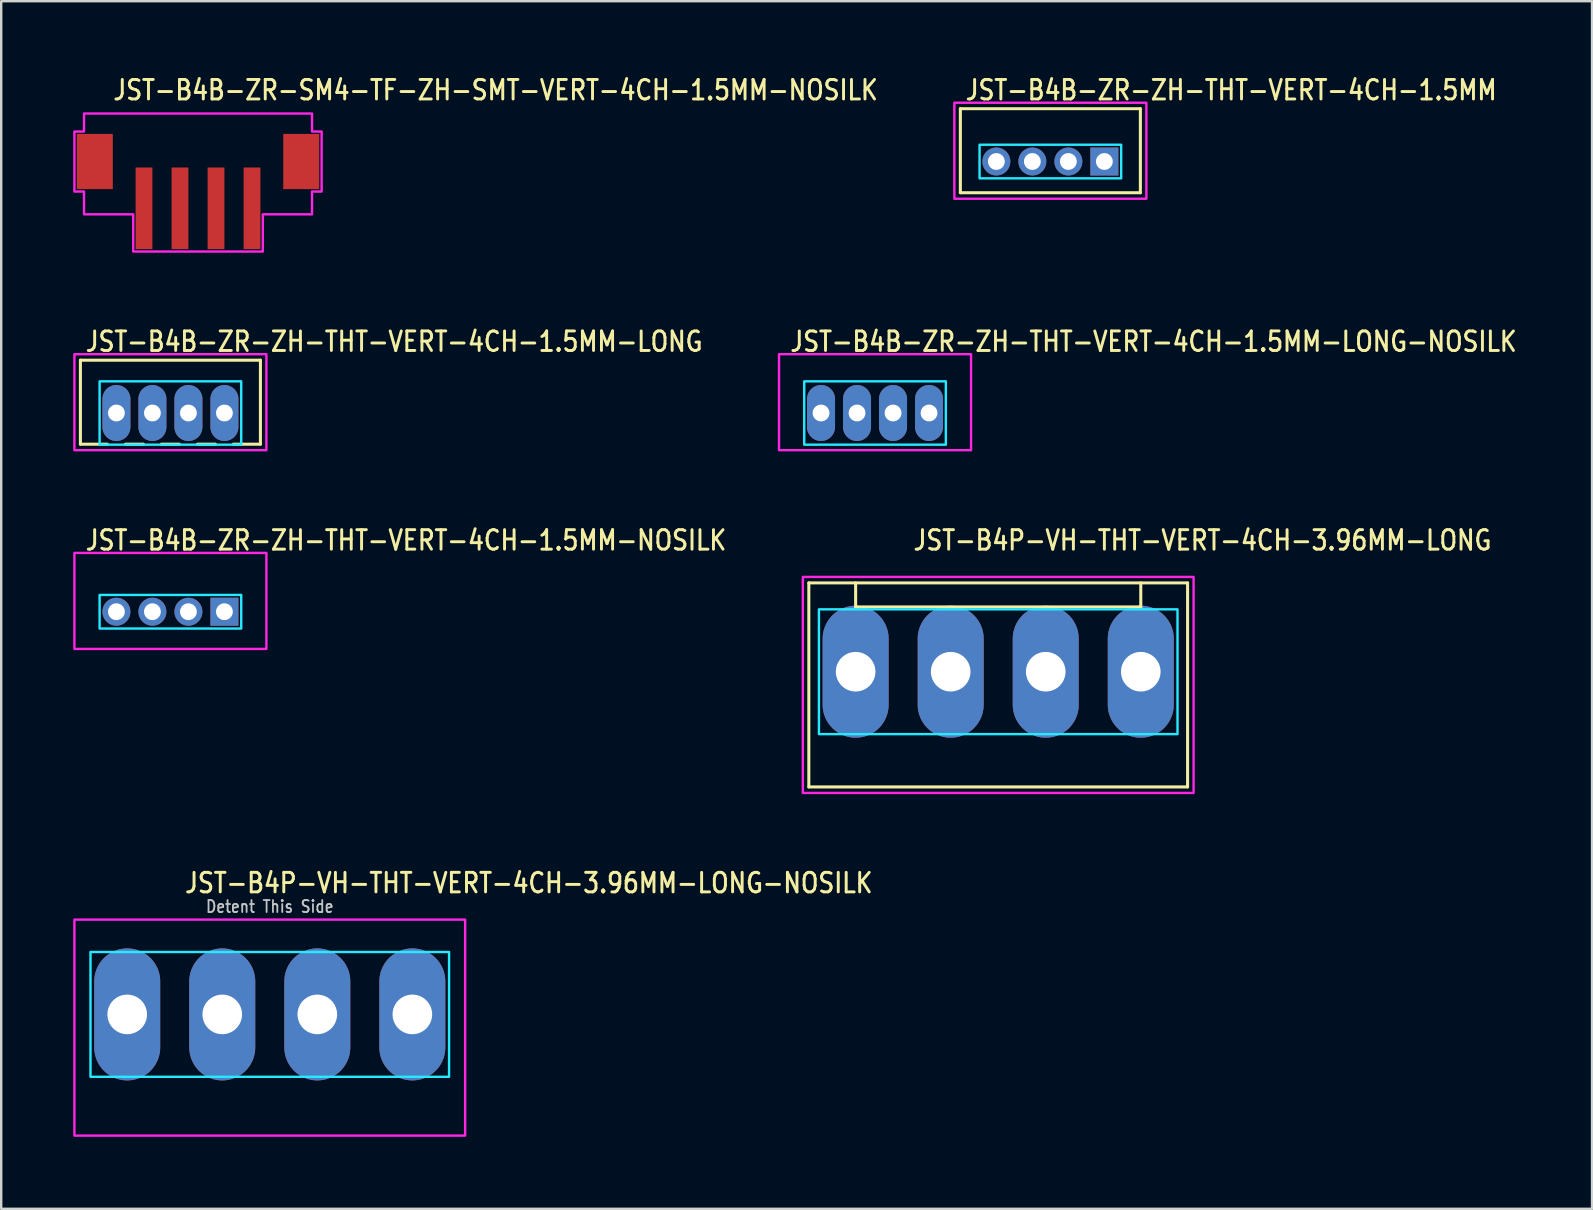
<source format=kicad_pcb>
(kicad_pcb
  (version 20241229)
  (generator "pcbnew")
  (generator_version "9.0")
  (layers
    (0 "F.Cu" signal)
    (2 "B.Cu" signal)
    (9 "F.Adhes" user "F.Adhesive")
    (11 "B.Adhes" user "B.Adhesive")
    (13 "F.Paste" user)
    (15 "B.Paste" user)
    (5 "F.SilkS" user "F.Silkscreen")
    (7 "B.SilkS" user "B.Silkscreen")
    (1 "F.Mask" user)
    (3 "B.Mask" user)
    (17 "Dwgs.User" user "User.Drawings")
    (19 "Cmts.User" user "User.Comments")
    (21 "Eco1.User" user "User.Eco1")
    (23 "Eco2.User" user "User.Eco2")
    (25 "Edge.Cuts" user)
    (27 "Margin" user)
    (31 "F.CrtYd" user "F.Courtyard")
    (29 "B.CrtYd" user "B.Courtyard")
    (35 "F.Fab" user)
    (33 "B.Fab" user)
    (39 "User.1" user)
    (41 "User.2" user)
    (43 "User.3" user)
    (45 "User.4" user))
  (footprint "JST-B4B-ZR-ZH-THT-VERT-4CH-1.5MM-LONG"
    (layer "F.Cu")
    (at 4.05 14.157)
    (property "Reference" "JST-B4B-ZR-ZH-THT-VERT-4CH-1.5MM-LONG" (at -3.6 -2.5 0) (unlocked yes) (layer "F.SilkS") (effects (font (size 0.813 0.695) (thickness 0.122)) (justify left bottom)))
    (fp_line (start -3.75 -2.2) (end 3.75 -2.2) (stroke (width 0.127) (type solid)) (layer "F.SilkS"))
    (fp_line (start -3.75 1.3) (end -3.75 -2.2) (stroke (width 0.127) (type solid)) (layer "F.SilkS"))
    (fp_line (start -3.75 1.3) (end -2.625 1.3) (stroke (width 0.127) (type solid)) (layer "F.SilkS"))
    (fp_line (start -1.875 1.3) (end -1.125 1.3) (stroke (width 0.127) (type solid)) (layer "F.SilkS"))
    (fp_line (start -0.375 1.3) (end 0.375 1.3) (stroke (width 0.127) (type solid)) (layer "F.SilkS"))
    (fp_line (start 1.125 1.3) (end 1.875 1.3) (stroke (width 0.127) (type solid)) (layer "F.SilkS"))
    (fp_line (start 2.625 1.3) (end 3.75 1.3) (stroke (width 0.127) (type solid)) (layer "F.SilkS"))
    (fp_line (start 3.75 -2.2) (end 3.75 1.3) (stroke (width 0.127) (type solid)) (layer "F.SilkS"))
    (fp_poly (pts (xy -2.95 -1.32) (xy -2.95 1.32) (xy 2.95 1.32) (xy 2.95 -1.32)) (stroke (width 0.1) (type solid)) (fill no) (layer "B.CrtYd"))
    (fp_poly (pts (xy -4 -2.45) (xy -4 1.55) (xy 4 1.55) (xy 4 -2.45)) (stroke (width 0.1) (type solid)) (fill no) (layer "F.CrtYd"))
    (pad "1" thru_hole oval (at 2.25 0 90) (size 2.333 1.167) (drill 0.7) (layers "*.Cu" "*.Mask"))
    (pad "2" thru_hole oval (at 0.75 0 90) (size 2.333 1.167) (drill 0.7) (layers "*.Cu" "*.Mask"))
    (pad "3" thru_hole oval (at -0.75 0 90) (size 2.333 1.167) (drill 0.7) (layers "*.Cu" "*.Mask"))
    (pad "4" thru_hole oval (at -2.25 0 90) (size 2.333 1.167) (drill 0.7) (layers "*.Cu" "*.Mask")))
  (footprint "JST-B4P-VH-THT-VERT-4CH-3.96MM-LONG"
    (layer "F.Cu")
    (at 38.539 24.936)
    (property "Reference" "JST-B4P-VH-THT-VERT-4CH-3.96MM-LONG" (at -3.6 -5 0) (unlocked yes) (layer "F.SilkS") (effects (font (size 0.813 0.695) (thickness 0.122)) (justify left bottom)))
    (fp_line (start -7.89 -3.7) (end 7.89 -3.7) (stroke (width 0.127) (type solid)) (layer "F.SilkS"))
    (fp_line (start -7.89 4.8) (end -7.89 -3.7) (stroke (width 0.127) (type solid)) (layer "F.SilkS"))
    (fp_line (start -7.89 4.8) (end 7.89 4.8) (stroke (width 0.127) (type solid)) (layer "F.SilkS"))
    (fp_line (start -5.94 -3.7) (end -5.94 -2.7) (stroke (width 0.127) (type solid)) (layer "F.SilkS"))
    (fp_line (start -5.94 -2.7) (end 5.94 -2.7) (stroke (width 0.127) (type solid)) (layer "F.SilkS"))
    (fp_line (start 5.94 -3.7) (end 5.94 -2.7) (stroke (width 0.127) (type solid)) (layer "F.SilkS"))
    (fp_line (start 7.89 -3.7) (end 7.89 4.8) (stroke (width 0.127) (type solid)) (layer "F.SilkS"))
    (fp_poly (pts (xy -7.47 -2.6) (xy -7.47 2.6) (xy 7.47 2.6) (xy 7.47 -2.6)) (stroke (width 0.1) (type solid)) (fill no) (layer "B.CrtYd"))
    (fp_poly (pts (xy -8.14 -3.95) (xy -8.14 5.05) (xy 8.14 5.05) (xy 8.14 -3.95)) (stroke (width 0.1) (type solid)) (fill no) (layer "F.CrtYd"))
    (pad "1" thru_hole oval (at -5.94 0 90) (size 5.5 2.75) (drill 1.65) (layers "*.Cu" "*.Mask"))
    (pad "2" thru_hole oval (at -1.98 0 90) (size 5.5 2.75) (drill 1.65) (layers "*.Cu" "*.Mask"))
    (pad "3" thru_hole oval (at 1.98 0 90) (size 5.5 2.75) (drill 1.65) (layers "*.Cu" "*.Mask"))
    (pad "4" thru_hole oval (at 5.94 0 90) (size 5.5 2.75) (drill 1.65) (layers "*.Cu" "*.Mask")))
  (footprint "JST-B4P-VH-THT-VERT-4CH-3.96MM-LONG-NOSILK"
    (layer "F.Cu")
    (at 8.19 39.214)
    (property "Reference" "JST-B4P-VH-THT-VERT-4CH-3.96MM-LONG-NOSILK" (at -3.6 -5 0) (unlocked yes) (layer "F.SilkS") (effects (font (size 0.813 0.695) (thickness 0.122)) (justify left bottom)))
    (fp_poly (pts (xy -7.47 -2.6) (xy -7.47 2.6) (xy 7.47 2.6) (xy 7.47 -2.6)) (stroke (width 0.1) (type solid)) (fill no) (layer "B.CrtYd"))
    (fp_poly (pts (xy -8.14 -3.95) (xy -8.14 5.05) (xy 8.14 5.05) (xy 8.14 -3.95)) (stroke (width 0.1) (type solid)) (fill no) (layer "F.CrtYd"))
    (fp_text user "Detent This Side" (at 0 -4.2 0) (unlocked yes) (layer "Dwgs.User") (effects (font (size 0.5 0.427) (thickness 0.075)) (justify bottom)))
    (pad "1" thru_hole oval (at -5.94 0 90) (size 5.5 2.75) (drill 1.65) (layers "*.Cu" "*.Mask"))
    (pad "2" thru_hole oval (at -1.98 0 90) (size 5.5 2.75) (drill 1.65) (layers "*.Cu" "*.Mask"))
    (pad "3" thru_hole oval (at 1.98 0 90) (size 5.5 2.75) (drill 1.65) (layers "*.Cu" "*.Mask"))
    (pad "4" thru_hole oval (at 5.94 0 90) (size 5.5 2.75) (drill 1.65) (layers "*.Cu" "*.Mask")))
  (footprint "JST-B4B-ZR-ZH-THT-VERT-4CH-1.5MM"
    (layer "F.Cu")
    (at 40.712 3.679)
    (property "Reference" "JST-B4B-ZR-ZH-THT-VERT-4CH-1.5MM" (at -3.6 -2.5 0) (unlocked yes) (layer "F.SilkS") (effects (font (size 0.813 0.695) (thickness 0.122)) (justify left bottom)))
    (fp_line (start -3.75 -2.2) (end 3.75 -2.2) (stroke (width 0.127) (type solid)) (layer "F.SilkS"))
    (fp_line (start -3.75 1.3) (end -3.75 -2.2) (stroke (width 0.127) (type solid)) (layer "F.SilkS"))
    (fp_line (start -3.75 1.3) (end 3.75 1.3) (stroke (width 0.127) (type solid)) (layer "F.SilkS"))
    (fp_line (start 3.75 -2.2) (end 3.75 1.3) (stroke (width 0.127) (type solid)) (layer "F.SilkS"))
    (fp_poly (pts (xy -2.95 -0.7) (xy -2.95 0.7) (xy 2.95 0.7) (xy 2.95 -0.7)) (stroke (width 0.1) (type solid)) (fill no) (layer "B.CrtYd"))
    (fp_poly (pts (xy -4 -2.45) (xy -4 1.55) (xy 4 1.55) (xy 4 -2.45)) (stroke (width 0.1) (type solid)) (fill no) (layer "F.CrtYd"))
    (pad "1" thru_hole rect (at 2.25 0) (size 1.167 1.167) (drill 0.7) (layers "*.Cu" "*.Mask"))
    (pad "2" thru_hole oval (at 0.75 0) (size 1.167 1.167) (drill 0.7) (layers "*.Cu" "*.Mask"))
    (pad "3" thru_hole oval (at -0.75 0) (size 1.167 1.167) (drill 0.7) (layers "*.Cu" "*.Mask"))
    (pad "4" thru_hole oval (at -2.25 0) (size 1.167 1.167) (drill 0.7) (layers "*.Cu" "*.Mask")))
  (footprint "JST-B4B-ZR-ZH-THT-VERT-4CH-1.5MM-NOSILK"
    (layer "F.Cu")
    (at 4.05 22.436)
    (property "Reference" "JST-B4B-ZR-ZH-THT-VERT-4CH-1.5MM-NOSILK" (at -3.6 -2.5 0) (unlocked yes) (layer "F.SilkS") (effects (font (size 0.813 0.695) (thickness 0.122)) (justify left bottom)))
    (fp_poly (pts (xy -2.95 -0.7) (xy -2.95 0.7) (xy 2.95 0.7) (xy 2.95 -0.7)) (stroke (width 0.1) (type solid)) (fill no) (layer "B.CrtYd"))
    (fp_poly (pts (xy -4 -2.45) (xy -4 1.55) (xy 4 1.55) (xy 4 -2.45)) (stroke (width 0.1) (type solid)) (fill no) (layer "F.CrtYd"))
    (pad "1" thru_hole rect (at 2.25 0) (size 1.167 1.167) (drill 0.7) (layers "*.Cu" "*.Mask"))
    (pad "2" thru_hole oval (at 0.75 0) (size 1.167 1.167) (drill 0.7) (layers "*.Cu" "*.Mask"))
    (pad "3" thru_hole oval (at -0.75 0) (size 1.167 1.167) (drill 0.7) (layers "*.Cu" "*.Mask"))
    (pad "4" thru_hole oval (at -2.25 0) (size 1.167 1.167) (drill 0.7) (layers "*.Cu" "*.Mask")))
  (footprint "JST-B4B-ZR-SM4-TF-ZH-SMT-VERT-4CH-1.5MM-NOSILK"
    (layer "F.Cu")
    (at 5.2 3.679)
    (property "Reference" "JST-B4B-ZR-SM4-TF-ZH-SMT-VERT-4CH-1.5MM-NOSILK" (at -3.6 -2.5 0) (unlocked yes) (layer "F.SilkS") (effects (font (size 0.813 0.695) (thickness 0.122)) (justify left bottom)))
    (fp_poly (pts (xy -4.75 -2) (xy -4.75 -1.25) (xy -5.15 -1.25) (xy -5.15 1.25) (xy -4.75 1.25) (xy -4.75 2.2) (xy -2.7 2.2) (xy -2.7 3.75) (xy 2.7 3.75) (xy 2.7 2.2) (xy 4.75 2.2) (xy 4.75 1.25) (xy 5.15 1.25) (xy 5.15 -1.25) (xy 4.75 -1.25) (xy 4.75 -2)) (stroke (width 0.1) (type solid)) (fill no) (layer "F.CrtYd"))
    (pad "1" smd rect (at -2.25 1.95) (size 0.7 3.4) (layers "F.Cu" "F.Mask" "F.Paste"))
    (pad "2" smd rect (at -0.75 1.95) (size 0.7 3.4) (layers "F.Cu" "F.Mask" "F.Paste"))
    (pad "3" smd rect (at 0.75 1.95) (size 0.7 3.4) (layers "F.Cu" "F.Mask" "F.Paste"))
    (pad "4" smd rect (at 2.25 1.95) (size 0.7 3.4) (layers "F.Cu" "F.Mask" "F.Paste"))
    (pad "5" smd rect (at 4.3 0) (size 1.5 2.3) (layers "F.Cu" "F.Mask" "F.Paste"))
    (pad "6" smd rect (at -4.3 0) (size 1.5 2.3) (layers "F.Cu" "F.Mask" "F.Paste")))
  (footprint "JST-B4B-ZR-ZH-THT-VERT-4CH-1.5MM-LONG-NOSILK"
    (layer "F.Cu")
    (at 33.407 14.157)
    (property "Reference" "JST-B4B-ZR-ZH-THT-VERT-4CH-1.5MM-LONG-NOSILK" (at -3.6 -2.5 0) (unlocked yes) (layer "F.SilkS") (effects (font (size 0.813 0.695) (thickness 0.122)) (justify left bottom)))
    (fp_poly (pts (xy -2.95 -1.32) (xy -2.95 1.32) (xy 2.95 1.32) (xy 2.95 -1.32)) (stroke (width 0.1) (type solid)) (fill no) (layer "B.CrtYd"))
    (fp_poly (pts (xy -4 -2.45) (xy -4 1.55) (xy 4 1.55) (xy 4 -2.45)) (stroke (width 0.1) (type solid)) (fill no) (layer "F.CrtYd"))
    (pad "1" thru_hole oval (at 2.25 0 90) (size 2.333 1.167) (drill 0.7) (layers "*.Cu" "*.Mask"))
    (pad "2" thru_hole oval (at 0.75 0 90) (size 2.333 1.167) (drill 0.7) (layers "*.Cu" "*.Mask"))
    (pad "3" thru_hole oval (at -0.75 0 90) (size 2.333 1.167) (drill 0.7) (layers "*.Cu" "*.Mask"))
    (pad "4" thru_hole oval (at -2.25 0 90) (size 2.333 1.167) (drill 0.7) (layers "*.Cu" "*.Mask")))
  (gr_rect
    (start -3 -3)
    (end 63.28 47.314)
    (stroke (width 0.1) (type default))
    (fill no)
    (layer "Edge.Cuts")))
</source>
